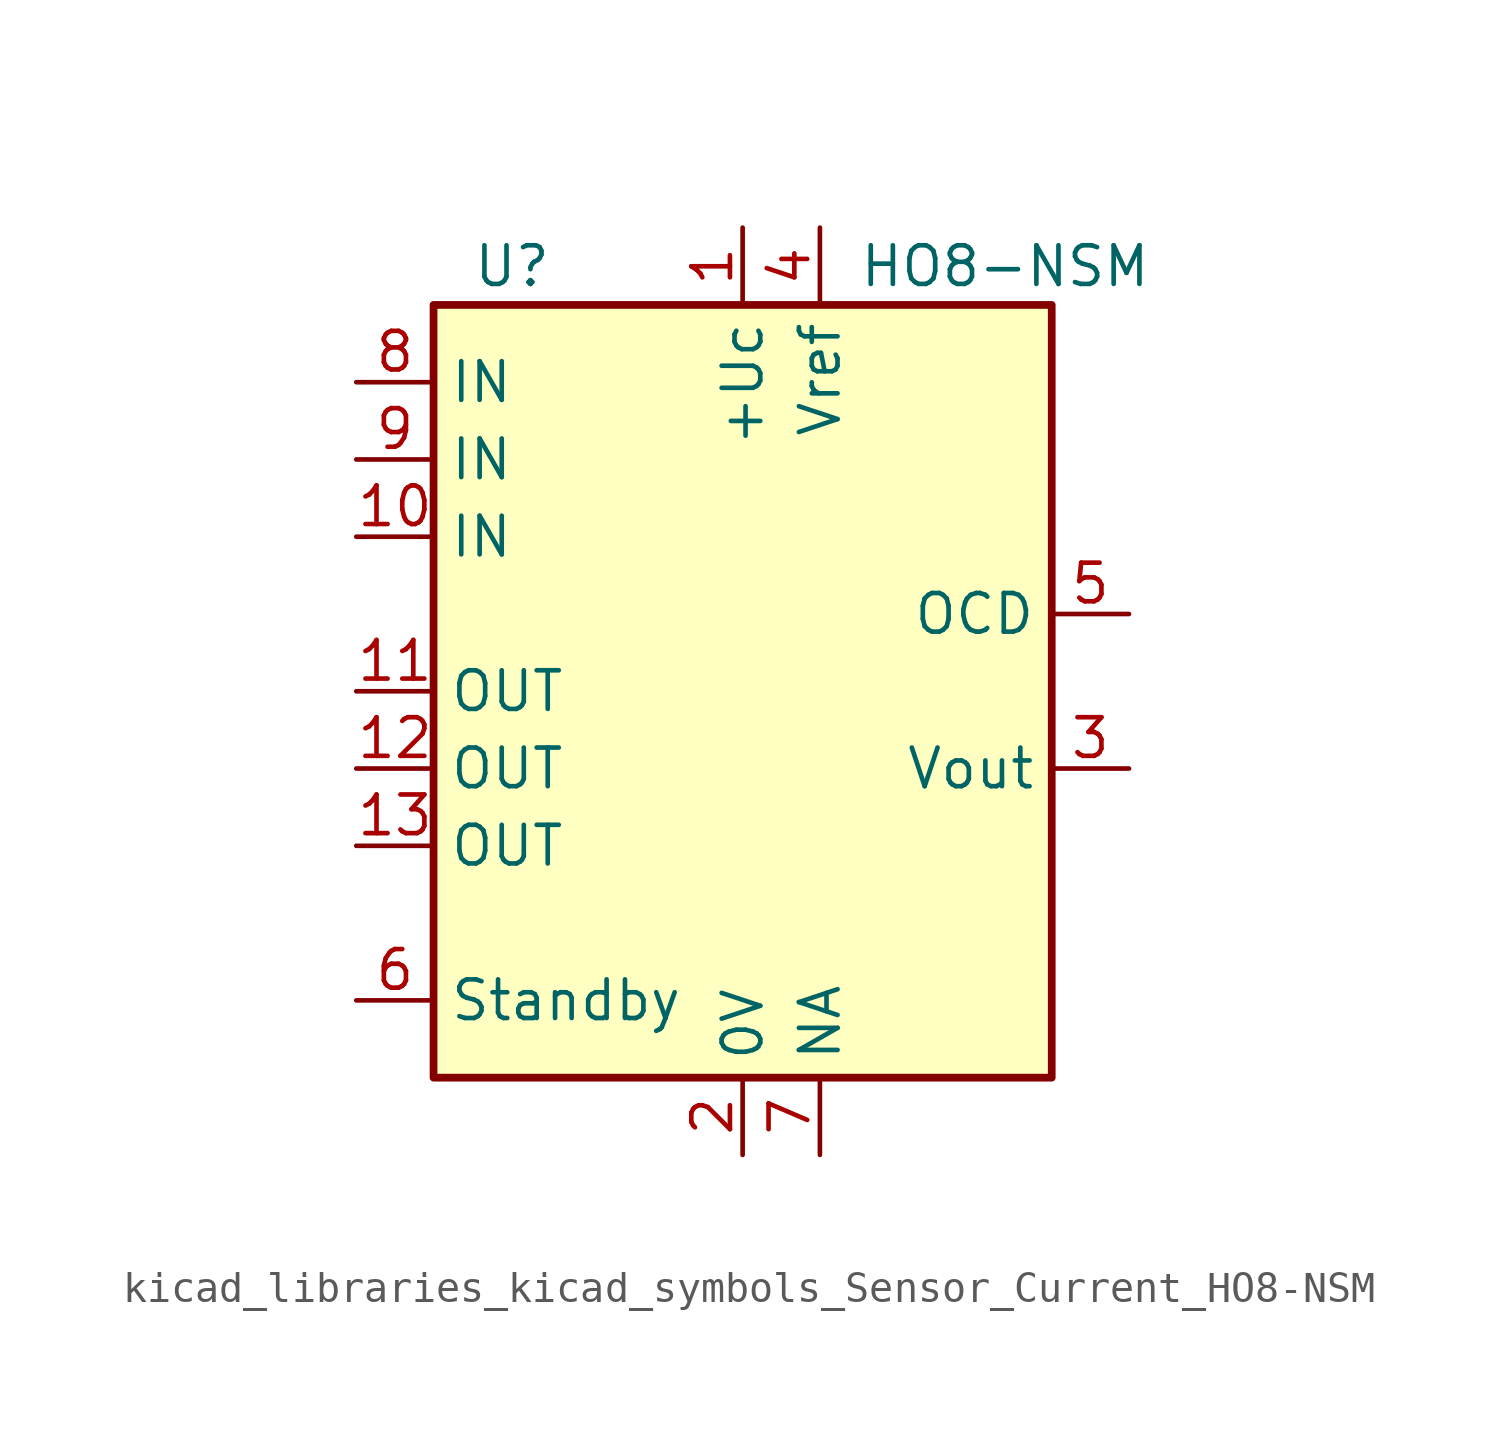
<source format=kicad_sym>
(kicad_symbol_lib
  (version 20220914)
  (generator kicad_symbol_editor)
  (symbol "kicad_libraries_kicad_symbols_Sensor_Current_HO8-NSM"
    (property "Reference" "U"
      (at -8.89 13.97 0)
      (effects (font (size 1.27 1.27)) (justify left)))
    (property "Value" "HO8-NSM"
      (at 3.81 13.97 0)
      (effects (font (size 1.27 1.27)) (justify left)))
    (symbol "kicad_libraries_kicad_symbols_Sensor_Current_HO8-NSM_0_1"
      (rectangle (start -10.16 12.7) (end 10.16 -12.7) (stroke (width 0.254) (type default)) (fill (type background))))
    (symbol "kicad_libraries_kicad_symbols_Sensor_Current_HO8-NSM_1_1"
      (pin power_in line (at 0 15.24 270) (length 2.54) (name "+Uc" (effects (font (size 1.27 1.27)))) (number "1" (effects (font (size 1.27 1.27)))))
      (pin passive line (at -12.7 5.08 0) (length 2.54) (name "IN" (effects (font (size 1.27 1.27)))) (number "10" (effects (font (size 1.27 1.27)))))
      (pin passive line (at -12.7 0 0) (length 2.54) (name "OUT" (effects (font (size 1.27 1.27)))) (number "11" (effects (font (size 1.27 1.27)))))
      (pin passive line (at -12.7 -2.54 0) (length 2.54) (name "OUT" (effects (font (size 1.27 1.27)))) (number "12" (effects (font (size 1.27 1.27)))))
      (pin passive line (at -12.7 -5.08 0) (length 2.54) (name "OUT" (effects (font (size 1.27 1.27)))) (number "13" (effects (font (size 1.27 1.27)))))
      (pin power_in line (at 0 -15.24 90) (length 2.54) (name "0V" (effects (font (size 1.27 1.27)))) (number "2" (effects (font (size 1.27 1.27)))))
      (pin output line (at 12.7 -2.54 180) (length 2.54) (name "Vout" (effects (font (size 1.27 1.27)))) (number "3" (effects (font (size 1.27 1.27)))))
      (pin passive line (at 2.54 15.24 270) (length 2.54) (name "Vref" (effects (font (size 1.27 1.27)))) (number "4" (effects (font (size 1.27 1.27)))))
      (pin open_collector line (at 12.7 2.54 180) (length 2.54) (name "OCD" (effects (font (size 1.27 1.27)))) (number "5" (effects (font (size 1.27 1.27)))))
      (pin input line (at -12.7 -10.16 0) (length 2.54) (name "Standby" (effects (font (size 1.27 1.27)))) (number "6" (effects (font (size 1.27 1.27)))))
      (pin passive line (at 2.54 -15.24 90) (length 2.54) (name "NA" (effects (font (size 1.27 1.27)))) (number "7" (effects (font (size 1.27 1.27)))))
      (pin passive line (at -12.7 10.16 0) (length 2.54) (name "IN" (effects (font (size 1.27 1.27)))) (number "8" (effects (font (size 1.27 1.27)))))
      (pin passive line (at -12.7 7.62 0) (length 2.54) (name "IN" (effects (font (size 1.27 1.27)))) (number "9" (effects (font (size 1.27 1.27))))))))
</source>
